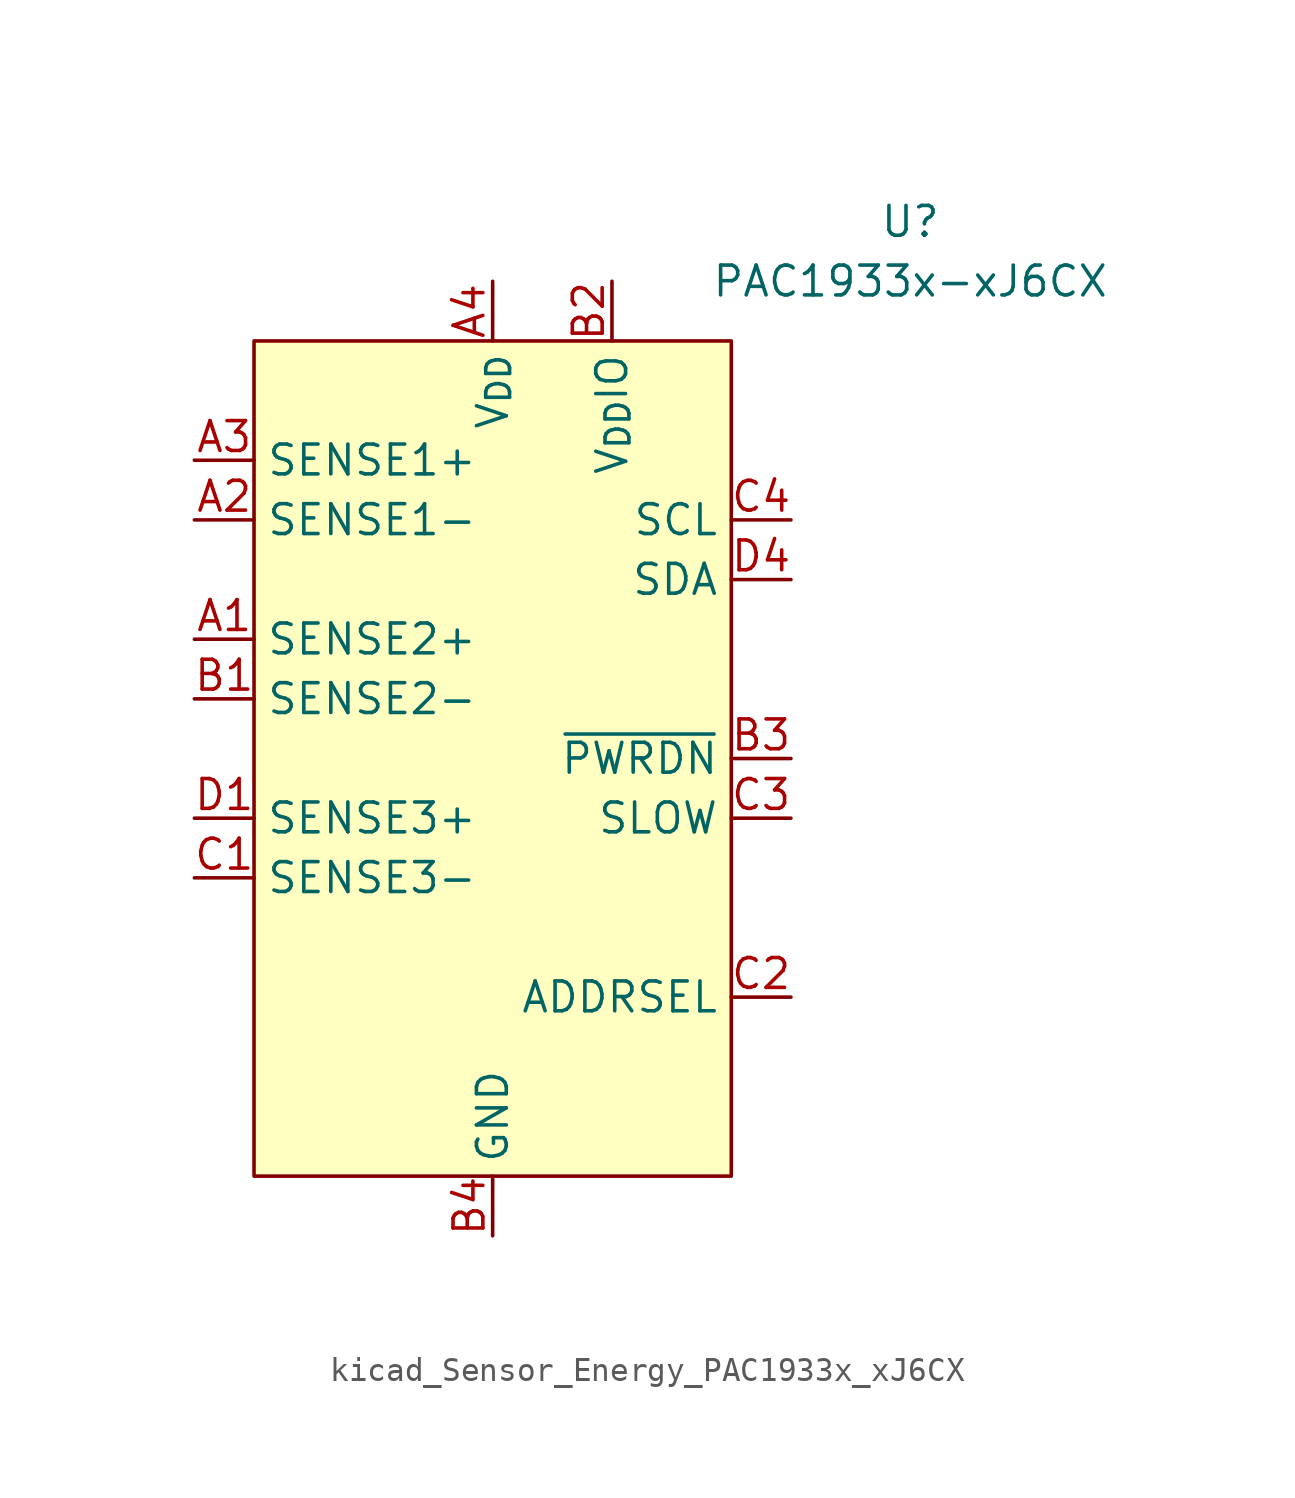
<source format=kicad_sym>
(kicad_symbol_lib
  (version 20220914)
  (generator kicad_symbol_editor)
  (symbol "kicad_Sensor_Energy_PAC1933x_xJ6CX"
    (property "Reference" "U"
      (at 17.78 22.86 0)
      (effects (font (size 1.27 1.27))))
    (property "Value" "PAC1933x-xJ6CX"
      (at 17.78 20.32 0)
      (effects (font (size 1.27 1.27))))
    (symbol "kicad_Sensor_Energy_PAC1933x_xJ6CX_0_0"
      (pin input line (at -12.7 5.08 0) (length 2.54) (name "SENSE2+" (effects (font (size 1.27 1.27)))) (number "A1" (effects (font (size 1.27 1.27)))))
      (pin input line (at -12.7 10.16 0) (length 2.54) (name "SENSE1-" (effects (font (size 1.27 1.27)))) (number "A2" (effects (font (size 1.27 1.27)))))
      (pin input line (at -12.7 12.7 0) (length 2.54) (name "SENSE1+" (effects (font (size 1.27 1.27)))) (number "A3" (effects (font (size 1.27 1.27)))))
      (pin power_in line (at 0 20.32 270) (length 2.54) (name "V_{DD}" (effects (font (size 1.27 1.27)))) (number "A4" (effects (font (size 1.27 1.27)))))
      (pin input line (at -12.7 2.54 0) (length 2.54) (name "SENSE2-" (effects (font (size 1.27 1.27)))) (number "B1" (effects (font (size 1.27 1.27)))))
      (pin input line (at 5.08 20.32 270) (length 2.54) (name "V_{DD}IO" (effects (font (size 1.27 1.27)))) (number "B2" (effects (font (size 1.27 1.27)))))
      (pin input line (at 12.7 0 180) (length 2.54) (name "~{PWRDN}" (effects (font (size 1.27 1.27)))) (number "B3" (effects (font (size 1.27 1.27)))))
      (pin power_in line (at 0 -20.32 90) (length 2.54) (name "GND" (effects (font (size 1.27 1.27)))) (number "B4" (effects (font (size 1.27 1.27)))))
      (pin input line (at -12.7 -5.08 0) (length 2.54) (name "SENSE3-" (effects (font (size 1.27 1.27)))) (number "C1" (effects (font (size 1.27 1.27)))))
      (pin passive line (at 12.7 -10.16 180) (length 2.54) (name "ADDRSEL" (effects (font (size 1.27 1.27)))) (number "C2" (effects (font (size 1.27 1.27)))))
      (pin input line (at 12.7 -2.54 180) (length 2.54) (name "SLOW" (effects (font (size 1.27 1.27)))) (number "C3" (effects (font (size 1.27 1.27)))) (alternate "~{ALERT1}" open_collector line))
      (pin input line (at 12.7 10.16 180) (length 2.54) (name "SCL" (effects (font (size 1.27 1.27)))) (number "C4" (effects (font (size 1.27 1.27)))) (alternate "SM_CLK" input line))
      (pin input line (at -12.7 -2.54 0) (length 2.54) (name "SENSE3+" (effects (font (size 1.27 1.27)))) (number "D1" (effects (font (size 1.27 1.27)))))
      (pin passive line (at 0 -20.32 90) (length 2.54) hide (name "GND" (effects (font (size 1.27 1.27)))) (number "D2" (effects (font (size 1.27 1.27)))))
      (pin passive line (at 0 -20.32 90) (length 2.54) hide (name "GND" (effects (font (size 1.27 1.27)))) (number "D3" (effects (font (size 1.27 1.27)))))
      (pin bidirectional line (at 12.7 7.62 180) (length 2.54) (name "SDA" (effects (font (size 1.27 1.27)))) (number "D4" (effects (font (size 1.27 1.27)))) (alternate "SM_DATA" bidirectional line)))
    (symbol "kicad_Sensor_Energy_PAC1933x_xJ6CX_0_1"
      (rectangle (start -10.16 17.78) (end 10.16 -17.78) (stroke (width 0) (type default)) (fill (type background))))))
</source>
